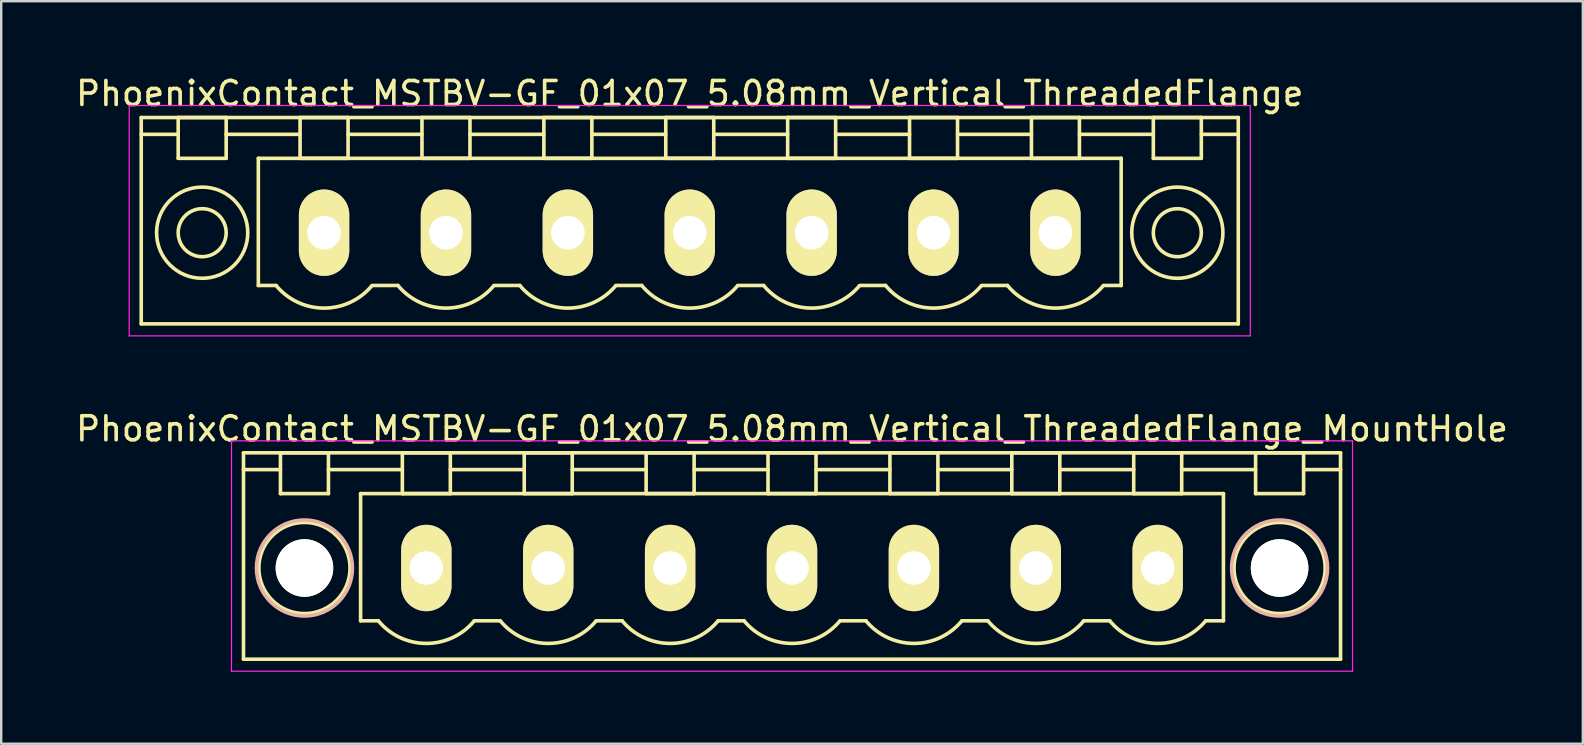
<source format=kicad_pcb>
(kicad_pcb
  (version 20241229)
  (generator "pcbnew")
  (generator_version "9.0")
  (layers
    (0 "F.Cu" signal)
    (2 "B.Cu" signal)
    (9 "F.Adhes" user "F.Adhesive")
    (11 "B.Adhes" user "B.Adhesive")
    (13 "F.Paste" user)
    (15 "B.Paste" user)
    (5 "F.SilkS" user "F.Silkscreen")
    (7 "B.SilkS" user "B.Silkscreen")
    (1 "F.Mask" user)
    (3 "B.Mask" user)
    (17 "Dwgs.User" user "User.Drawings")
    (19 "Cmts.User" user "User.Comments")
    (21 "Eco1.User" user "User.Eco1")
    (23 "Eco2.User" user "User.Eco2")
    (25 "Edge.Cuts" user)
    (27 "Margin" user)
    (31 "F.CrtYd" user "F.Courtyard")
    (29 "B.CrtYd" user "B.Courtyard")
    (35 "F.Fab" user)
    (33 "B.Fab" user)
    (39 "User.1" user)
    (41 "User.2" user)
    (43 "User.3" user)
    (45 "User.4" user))
  (footprint "PhoenixContact_MSTBV-GF_01x07_5.08mm_Vertical_ThreadedFlange"
    (layer "F.Cu")
    (at 10.456 6.648)
    (property "Reference" "PhoenixContact_MSTBV-GF_01x07_5.08mm_Vertical_ThreadedFlange" (at 15.24 -5.8 0) (layer "F.SilkS") (effects (font (size 1 1) (thickness 0.15))))
    (attr through_hole)
    (fp_line (start -7.62 -4.8) (end -7.62 3.8) (stroke (width 0.15) (type solid)) (layer "F.SilkS"))
    (fp_line (start -7.62 -4.1) (end -6.08 -4.1) (stroke (width 0.15) (type solid)) (layer "F.SilkS"))
    (fp_line (start -7.62 3.8) (end 38.1 3.8) (stroke (width 0.15) (type solid)) (layer "F.SilkS"))
    (fp_line (start -6.08 -4.8) (end -4.08 -4.8) (stroke (width 0.15) (type solid)) (layer "F.SilkS"))
    (fp_line (start -6.08 -3.1) (end -6.08 -4.8) (stroke (width 0.15) (type solid)) (layer "F.SilkS"))
    (fp_line (start -4.08 -4.8) (end -4.08 -3.1) (stroke (width 0.15) (type solid)) (layer "F.SilkS"))
    (fp_line (start -4.08 -4.1) (end -1 -4.1) (stroke (width 0.15) (type solid)) (layer "F.SilkS"))
    (fp_line (start -4.08 -3.1) (end -6.08 -3.1) (stroke (width 0.15) (type solid)) (layer "F.SilkS"))
    (fp_line (start -2.74 -3.1) (end 33.22 -3.1) (stroke (width 0.15) (type solid)) (layer "F.SilkS"))
    (fp_line (start -2.74 2.2) (end -2.74 -3.1) (stroke (width 0.15) (type solid)) (layer "F.SilkS"))
    (fp_line (start -2 2.2) (end -2.74 2.2) (stroke (width 0.15) (type solid)) (layer "F.SilkS"))
    (fp_line (start -1 -4.8) (end 1 -4.8) (stroke (width 0.15) (type solid)) (layer "F.SilkS"))
    (fp_line (start -1 -3.1) (end -1 -4.8) (stroke (width 0.15) (type solid)) (layer "F.SilkS"))
    (fp_line (start 1 -4.8) (end 1 -3.1) (stroke (width 0.15) (type solid)) (layer "F.SilkS"))
    (fp_line (start 1 -4.1) (end 4.08 -4.1) (stroke (width 0.15) (type solid)) (layer "F.SilkS"))
    (fp_line (start 1 -3.1) (end -1 -3.1) (stroke (width 0.15) (type solid)) (layer "F.SilkS"))
    (fp_line (start 2 2.2) (end 3.08 2.2) (stroke (width 0.15) (type solid)) (layer "F.SilkS"))
    (fp_line (start 4.08 -4.8) (end 6.08 -4.8) (stroke (width 0.15) (type solid)) (layer "F.SilkS"))
    (fp_line (start 4.08 -3.1) (end 4.08 -4.8) (stroke (width 0.15) (type solid)) (layer "F.SilkS"))
    (fp_line (start 6.08 -4.8) (end 6.08 -3.1) (stroke (width 0.15) (type solid)) (layer "F.SilkS"))
    (fp_line (start 6.08 -4.1) (end 9.16 -4.1) (stroke (width 0.15) (type solid)) (layer "F.SilkS"))
    (fp_line (start 6.08 -3.1) (end 4.08 -3.1) (stroke (width 0.15) (type solid)) (layer "F.SilkS"))
    (fp_line (start 7.08 2.2) (end 8.16 2.2) (stroke (width 0.15) (type solid)) (layer "F.SilkS"))
    (fp_line (start 9.16 -4.8) (end 11.16 -4.8) (stroke (width 0.15) (type solid)) (layer "F.SilkS"))
    (fp_line (start 9.16 -3.1) (end 9.16 -4.8) (stroke (width 0.15) (type solid)) (layer "F.SilkS"))
    (fp_line (start 11.16 -4.8) (end 11.16 -3.1) (stroke (width 0.15) (type solid)) (layer "F.SilkS"))
    (fp_line (start 11.16 -4.1) (end 14.24 -4.1) (stroke (width 0.15) (type solid)) (layer "F.SilkS"))
    (fp_line (start 11.16 -3.1) (end 9.16 -3.1) (stroke (width 0.15) (type solid)) (layer "F.SilkS"))
    (fp_line (start 12.16 2.2) (end 13.24 2.2) (stroke (width 0.15) (type solid)) (layer "F.SilkS"))
    (fp_line (start 14.24 -4.8) (end 16.24 -4.8) (stroke (width 0.15) (type solid)) (layer "F.SilkS"))
    (fp_line (start 14.24 -3.1) (end 14.24 -4.8) (stroke (width 0.15) (type solid)) (layer "F.SilkS"))
    (fp_line (start 16.24 -4.8) (end 16.24 -3.1) (stroke (width 0.15) (type solid)) (layer "F.SilkS"))
    (fp_line (start 16.24 -4.1) (end 19.32 -4.1) (stroke (width 0.15) (type solid)) (layer "F.SilkS"))
    (fp_line (start 16.24 -3.1) (end 14.24 -3.1) (stroke (width 0.15) (type solid)) (layer "F.SilkS"))
    (fp_line (start 17.24 2.2) (end 18.32 2.2) (stroke (width 0.15) (type solid)) (layer "F.SilkS"))
    (fp_line (start 19.32 -4.8) (end 21.32 -4.8) (stroke (width 0.15) (type solid)) (layer "F.SilkS"))
    (fp_line (start 19.32 -3.1) (end 19.32 -4.8) (stroke (width 0.15) (type solid)) (layer "F.SilkS"))
    (fp_line (start 21.32 -4.8) (end 21.32 -3.1) (stroke (width 0.15) (type solid)) (layer "F.SilkS"))
    (fp_line (start 21.32 -4.1) (end 24.4 -4.1) (stroke (width 0.15) (type solid)) (layer "F.SilkS"))
    (fp_line (start 21.32 -3.1) (end 19.32 -3.1) (stroke (width 0.15) (type solid)) (layer "F.SilkS"))
    (fp_line (start 22.32 2.2) (end 23.4 2.2) (stroke (width 0.15) (type solid)) (layer "F.SilkS"))
    (fp_line (start 24.4 -4.8) (end 26.4 -4.8) (stroke (width 0.15) (type solid)) (layer "F.SilkS"))
    (fp_line (start 24.4 -3.1) (end 24.4 -4.8) (stroke (width 0.15) (type solid)) (layer "F.SilkS"))
    (fp_line (start 26.4 -4.8) (end 26.4 -3.1) (stroke (width 0.15) (type solid)) (layer "F.SilkS"))
    (fp_line (start 26.4 -4.1) (end 29.48 -4.1) (stroke (width 0.15) (type solid)) (layer "F.SilkS"))
    (fp_line (start 26.4 -3.1) (end 24.4 -3.1) (stroke (width 0.15) (type solid)) (layer "F.SilkS"))
    (fp_line (start 27.4 2.2) (end 28.48 2.2) (stroke (width 0.15) (type solid)) (layer "F.SilkS"))
    (fp_line (start 29.48 -4.8) (end 31.48 -4.8) (stroke (width 0.15) (type solid)) (layer "F.SilkS"))
    (fp_line (start 29.48 -3.1) (end 29.48 -4.8) (stroke (width 0.15) (type solid)) (layer "F.SilkS"))
    (fp_line (start 31.48 -4.8) (end 31.48 -3.1) (stroke (width 0.15) (type solid)) (layer "F.SilkS"))
    (fp_line (start 31.48 -4.1) (end 34.56 -4.1) (stroke (width 0.15) (type solid)) (layer "F.SilkS"))
    (fp_line (start 31.48 -3.1) (end 29.48 -3.1) (stroke (width 0.15) (type solid)) (layer "F.SilkS"))
    (fp_line (start 33.22 -3.1) (end 33.22 2.2) (stroke (width 0.15) (type solid)) (layer "F.SilkS"))
    (fp_line (start 33.22 2.2) (end 32.48 2.2) (stroke (width 0.15) (type solid)) (layer "F.SilkS"))
    (fp_line (start 34.56 -4.8) (end 36.56 -4.8) (stroke (width 0.15) (type solid)) (layer "F.SilkS"))
    (fp_line (start 34.56 -3.1) (end 34.56 -4.8) (stroke (width 0.15) (type solid)) (layer "F.SilkS"))
    (fp_line (start 36.56 -4.8) (end 36.56 -3.1) (stroke (width 0.15) (type solid)) (layer "F.SilkS"))
    (fp_line (start 36.56 -3.1) (end 34.56 -3.1) (stroke (width 0.15) (type solid)) (layer "F.SilkS"))
    (fp_line (start 38.1 -4.8) (end -7.62 -4.8) (stroke (width 0.15) (type solid)) (layer "F.SilkS"))
    (fp_line (start 38.1 -4.1) (end 36.56 -4.1) (stroke (width 0.15) (type solid)) (layer "F.SilkS"))
    (fp_line (start 38.1 3.8) (end 38.1 -4.8) (stroke (width 0.15) (type solid)) (layer "F.SilkS"))
    (fp_arc (start 1.986842 2.215821) (mid -0.010289 3.142758) (end -2 2.2) (stroke (width 0.15) (type solid)) (layer "F.SilkS"))
    (fp_arc (start 7.066842 2.215821) (mid 5.069711 3.142758) (end 3.08 2.2) (stroke (width 0.15) (type solid)) (layer "F.SilkS"))
    (fp_arc (start 12.146842 2.215821) (mid 10.149711 3.142758) (end 8.16 2.2) (stroke (width 0.15) (type solid)) (layer "F.SilkS"))
    (fp_arc (start 17.226842 2.215821) (mid 15.229711 3.142758) (end 13.24 2.2) (stroke (width 0.15) (type solid)) (layer "F.SilkS"))
    (fp_arc (start 22.306842 2.215821) (mid 20.309711 3.142758) (end 18.32 2.2) (stroke (width 0.15) (type solid)) (layer "F.SilkS"))
    (fp_arc (start 27.386842 2.215821) (mid 25.389711 3.142758) (end 23.4 2.2) (stroke (width 0.15) (type solid)) (layer "F.SilkS"))
    (fp_arc (start 32.466842 2.215821) (mid 30.469711 3.142758) (end 28.48 2.2) (stroke (width 0.15) (type solid)) (layer "F.SilkS"))
    (fp_circle (center -5.08 0) (end -4.08 0) (stroke (width 0.15) (type solid)) (fill no) (layer "F.SilkS"))
    (fp_circle (center -5.08 0) (end -3.18 0) (stroke (width 0.15) (type solid)) (fill no) (layer "F.SilkS"))
    (fp_circle (center 35.56 0) (end 36.56 0) (stroke (width 0.15) (type solid)) (fill no) (layer "F.SilkS"))
    (fp_circle (center 35.56 0) (end 37.46 0) (stroke (width 0.15) (type solid)) (fill no) (layer "F.SilkS"))
    (fp_line (start -8.12 -5.3) (end -8.12 4.3) (stroke (width 0.05) (type solid)) (layer "F.CrtYd"))
    (fp_line (start -8.12 4.3) (end 38.6 4.3) (stroke (width 0.05) (type solid)) (layer "F.CrtYd"))
    (fp_line (start 38.6 -5.3) (end -8.12 -5.3) (stroke (width 0.05) (type solid)) (layer "F.CrtYd"))
    (fp_line (start 38.6 4.3) (end 38.6 -5.3) (stroke (width 0.05) (type solid)) (layer "F.CrtYd"))
    (pad "1" thru_hole oval (at 0 0) (size 2.1 3.6) (drill 1.4) (layers "*.Cu" "*.Mask" "F.SilkS"))
    (pad "2" thru_hole oval (at 5.08 0) (size 2.1 3.6) (drill 1.4) (layers "*.Cu" "*.Mask" "F.SilkS"))
    (pad "3" thru_hole oval (at 10.16 0) (size 2.1 3.6) (drill 1.4) (layers "*.Cu" "*.Mask" "F.SilkS"))
    (pad "4" thru_hole oval (at 15.24 0) (size 2.1 3.6) (drill 1.4) (layers "*.Cu" "*.Mask" "F.SilkS"))
    (pad "5" thru_hole oval (at 20.32 0) (size 2.1 3.6) (drill 1.4) (layers "*.Cu" "*.Mask" "F.SilkS"))
    (pad "6" thru_hole oval (at 25.4 0) (size 2.1 3.6) (drill 1.4) (layers "*.Cu" "*.Mask" "F.SilkS"))
    (pad "7" thru_hole oval (at 30.48 0) (size 2.1 3.6) (drill 1.4) (layers "*.Cu" "*.Mask" "F.SilkS")))
  (footprint "PhoenixContact_MSTBV-GF_01x07_5.08mm_Vertical_ThreadedFlange_MountHole"
    (layer "F.Cu")
    (at 14.718 20.622)
    (property "Reference" "PhoenixContact_MSTBV-GF_01x07_5.08mm_Vertical_ThreadedFlange_MountHole" (at 15.24 -5.8 0) (layer "F.SilkS") (effects (font (size 1 1) (thickness 0.15))))
    (attr through_hole)
    (fp_line (start -7.62 -4.8) (end -7.62 3.8) (stroke (width 0.15) (type solid)) (layer "F.SilkS"))
    (fp_line (start -7.62 -4.1) (end -6.08 -4.1) (stroke (width 0.15) (type solid)) (layer "F.SilkS"))
    (fp_line (start -7.62 3.8) (end 38.1 3.8) (stroke (width 0.15) (type solid)) (layer "F.SilkS"))
    (fp_line (start -6.08 -4.8) (end -4.08 -4.8) (stroke (width 0.15) (type solid)) (layer "F.SilkS"))
    (fp_line (start -6.08 -3.1) (end -6.08 -4.8) (stroke (width 0.15) (type solid)) (layer "F.SilkS"))
    (fp_line (start -4.08 -4.8) (end -4.08 -3.1) (stroke (width 0.15) (type solid)) (layer "F.SilkS"))
    (fp_line (start -4.08 -4.1) (end -1 -4.1) (stroke (width 0.15) (type solid)) (layer "F.SilkS"))
    (fp_line (start -4.08 -3.1) (end -6.08 -3.1) (stroke (width 0.15) (type solid)) (layer "F.SilkS"))
    (fp_line (start -2.74 -3.1) (end 33.22 -3.1) (stroke (width 0.15) (type solid)) (layer "F.SilkS"))
    (fp_line (start -2.74 2.2) (end -2.74 -3.1) (stroke (width 0.15) (type solid)) (layer "F.SilkS"))
    (fp_line (start -2 2.2) (end -2.74 2.2) (stroke (width 0.15) (type solid)) (layer "F.SilkS"))
    (fp_line (start -1 -4.8) (end 1 -4.8) (stroke (width 0.15) (type solid)) (layer "F.SilkS"))
    (fp_line (start -1 -3.1) (end -1 -4.8) (stroke (width 0.15) (type solid)) (layer "F.SilkS"))
    (fp_line (start 1 -4.8) (end 1 -3.1) (stroke (width 0.15) (type solid)) (layer "F.SilkS"))
    (fp_line (start 1 -4.1) (end 4.08 -4.1) (stroke (width 0.15) (type solid)) (layer "F.SilkS"))
    (fp_line (start 1 -3.1) (end -1 -3.1) (stroke (width 0.15) (type solid)) (layer "F.SilkS"))
    (fp_line (start 2 2.2) (end 3.08 2.2) (stroke (width 0.15) (type solid)) (layer "F.SilkS"))
    (fp_line (start 4.08 -4.8) (end 6.08 -4.8) (stroke (width 0.15) (type solid)) (layer "F.SilkS"))
    (fp_line (start 4.08 -3.1) (end 4.08 -4.8) (stroke (width 0.15) (type solid)) (layer "F.SilkS"))
    (fp_line (start 6.08 -4.8) (end 6.08 -3.1) (stroke (width 0.15) (type solid)) (layer "F.SilkS"))
    (fp_line (start 6.08 -4.1) (end 9.16 -4.1) (stroke (width 0.15) (type solid)) (layer "F.SilkS"))
    (fp_line (start 6.08 -3.1) (end 4.08 -3.1) (stroke (width 0.15) (type solid)) (layer "F.SilkS"))
    (fp_line (start 7.08 2.2) (end 8.16 2.2) (stroke (width 0.15) (type solid)) (layer "F.SilkS"))
    (fp_line (start 9.16 -4.8) (end 11.16 -4.8) (stroke (width 0.15) (type solid)) (layer "F.SilkS"))
    (fp_line (start 9.16 -3.1) (end 9.16 -4.8) (stroke (width 0.15) (type solid)) (layer "F.SilkS"))
    (fp_line (start 11.16 -4.8) (end 11.16 -3.1) (stroke (width 0.15) (type solid)) (layer "F.SilkS"))
    (fp_line (start 11.16 -4.1) (end 14.24 -4.1) (stroke (width 0.15) (type solid)) (layer "F.SilkS"))
    (fp_line (start 11.16 -3.1) (end 9.16 -3.1) (stroke (width 0.15) (type solid)) (layer "F.SilkS"))
    (fp_line (start 12.16 2.2) (end 13.24 2.2) (stroke (width 0.15) (type solid)) (layer "F.SilkS"))
    (fp_line (start 14.24 -4.8) (end 16.24 -4.8) (stroke (width 0.15) (type solid)) (layer "F.SilkS"))
    (fp_line (start 14.24 -3.1) (end 14.24 -4.8) (stroke (width 0.15) (type solid)) (layer "F.SilkS"))
    (fp_line (start 16.24 -4.8) (end 16.24 -3.1) (stroke (width 0.15) (type solid)) (layer "F.SilkS"))
    (fp_line (start 16.24 -4.1) (end 19.32 -4.1) (stroke (width 0.15) (type solid)) (layer "F.SilkS"))
    (fp_line (start 16.24 -3.1) (end 14.24 -3.1) (stroke (width 0.15) (type solid)) (layer "F.SilkS"))
    (fp_line (start 17.24 2.2) (end 18.32 2.2) (stroke (width 0.15) (type solid)) (layer "F.SilkS"))
    (fp_line (start 19.32 -4.8) (end 21.32 -4.8) (stroke (width 0.15) (type solid)) (layer "F.SilkS"))
    (fp_line (start 19.32 -3.1) (end 19.32 -4.8) (stroke (width 0.15) (type solid)) (layer "F.SilkS"))
    (fp_line (start 21.32 -4.8) (end 21.32 -3.1) (stroke (width 0.15) (type solid)) (layer "F.SilkS"))
    (fp_line (start 21.32 -4.1) (end 24.4 -4.1) (stroke (width 0.15) (type solid)) (layer "F.SilkS"))
    (fp_line (start 21.32 -3.1) (end 19.32 -3.1) (stroke (width 0.15) (type solid)) (layer "F.SilkS"))
    (fp_line (start 22.32 2.2) (end 23.4 2.2) (stroke (width 0.15) (type solid)) (layer "F.SilkS"))
    (fp_line (start 24.4 -4.8) (end 26.4 -4.8) (stroke (width 0.15) (type solid)) (layer "F.SilkS"))
    (fp_line (start 24.4 -3.1) (end 24.4 -4.8) (stroke (width 0.15) (type solid)) (layer "F.SilkS"))
    (fp_line (start 26.4 -4.8) (end 26.4 -3.1) (stroke (width 0.15) (type solid)) (layer "F.SilkS"))
    (fp_line (start 26.4 -4.1) (end 29.48 -4.1) (stroke (width 0.15) (type solid)) (layer "F.SilkS"))
    (fp_line (start 26.4 -3.1) (end 24.4 -3.1) (stroke (width 0.15) (type solid)) (layer "F.SilkS"))
    (fp_line (start 27.4 2.2) (end 28.48 2.2) (stroke (width 0.15) (type solid)) (layer "F.SilkS"))
    (fp_line (start 29.48 -4.8) (end 31.48 -4.8) (stroke (width 0.15) (type solid)) (layer "F.SilkS"))
    (fp_line (start 29.48 -3.1) (end 29.48 -4.8) (stroke (width 0.15) (type solid)) (layer "F.SilkS"))
    (fp_line (start 31.48 -4.8) (end 31.48 -3.1) (stroke (width 0.15) (type solid)) (layer "F.SilkS"))
    (fp_line (start 31.48 -4.1) (end 34.56 -4.1) (stroke (width 0.15) (type solid)) (layer "F.SilkS"))
    (fp_line (start 31.48 -3.1) (end 29.48 -3.1) (stroke (width 0.15) (type solid)) (layer "F.SilkS"))
    (fp_line (start 33.22 -3.1) (end 33.22 2.2) (stroke (width 0.15) (type solid)) (layer "F.SilkS"))
    (fp_line (start 33.22 2.2) (end 32.48 2.2) (stroke (width 0.15) (type solid)) (layer "F.SilkS"))
    (fp_line (start 34.56 -4.8) (end 36.56 -4.8) (stroke (width 0.15) (type solid)) (layer "F.SilkS"))
    (fp_line (start 34.56 -3.1) (end 34.56 -4.8) (stroke (width 0.15) (type solid)) (layer "F.SilkS"))
    (fp_line (start 36.56 -4.8) (end 36.56 -3.1) (stroke (width 0.15) (type solid)) (layer "F.SilkS"))
    (fp_line (start 36.56 -3.1) (end 34.56 -3.1) (stroke (width 0.15) (type solid)) (layer "F.SilkS"))
    (fp_line (start 38.1 -4.8) (end -7.62 -4.8) (stroke (width 0.15) (type solid)) (layer "F.SilkS"))
    (fp_line (start 38.1 -4.1) (end 36.56 -4.1) (stroke (width 0.15) (type solid)) (layer "F.SilkS"))
    (fp_line (start 38.1 3.8) (end 38.1 -4.8) (stroke (width 0.15) (type solid)) (layer "F.SilkS"))
    (fp_arc (start 1.986842 2.215821) (mid -0.010289 3.142758) (end -2 2.2) (stroke (width 0.15) (type solid)) (layer "F.SilkS"))
    (fp_arc (start 7.066842 2.215821) (mid 5.069711 3.142758) (end 3.08 2.2) (stroke (width 0.15) (type solid)) (layer "F.SilkS"))
    (fp_arc (start 12.146842 2.215821) (mid 10.149711 3.142758) (end 8.16 2.2) (stroke (width 0.15) (type solid)) (layer "F.SilkS"))
    (fp_arc (start 17.226842 2.215821) (mid 15.229711 3.142758) (end 13.24 2.2) (stroke (width 0.15) (type solid)) (layer "F.SilkS"))
    (fp_arc (start 22.306842 2.215821) (mid 20.309711 3.142758) (end 18.32 2.2) (stroke (width 0.15) (type solid)) (layer "F.SilkS"))
    (fp_arc (start 27.386842 2.215821) (mid 25.389711 3.142758) (end 23.4 2.2) (stroke (width 0.15) (type solid)) (layer "F.SilkS"))
    (fp_arc (start 32.466842 2.215821) (mid 30.469711 3.142758) (end 28.48 2.2) (stroke (width 0.15) (type solid)) (layer "F.SilkS"))
    (fp_circle (center -5.08 0) (end -4.08 0) (stroke (width 0.15) (type solid)) (fill no) (layer "F.SilkS"))
    (fp_circle (center -5.08 0) (end -3.18 0) (stroke (width 0.15) (type solid)) (fill no) (layer "F.SilkS"))
    (fp_circle (center 35.56 0) (end 36.56 0) (stroke (width 0.15) (type solid)) (fill no) (layer "F.SilkS"))
    (fp_circle (center 35.56 0) (end 37.46 0) (stroke (width 0.15) (type solid)) (fill no) (layer "F.SilkS"))
    (fp_circle (center -5.08 0) (end -3.08 0) (stroke (width 0.15) (type solid)) (fill no) (layer "B.SilkS"))
    (fp_circle (center 35.56 0) (end 37.56 0) (stroke (width 0.15) (type solid)) (fill no) (layer "B.SilkS"))
    (fp_line (start -8.12 -5.3) (end -8.12 4.3) (stroke (width 0.05) (type solid)) (layer "F.CrtYd"))
    (fp_line (start -8.12 4.3) (end 38.6 4.3) (stroke (width 0.05) (type solid)) (layer "F.CrtYd"))
    (fp_line (start 38.6 -5.3) (end -8.12 -5.3) (stroke (width 0.05) (type solid)) (layer "F.CrtYd"))
    (fp_line (start 38.6 4.3) (end 38.6 -5.3) (stroke (width 0.05) (type solid)) (layer "F.CrtYd"))
    (pad "" np_thru_hole circle (at -5.08 0) (size 2.4 2.4) (drill 2.4) (layers "*.Cu" "*.Mask" "F.SilkS"))
    (pad "" np_thru_hole circle (at 35.56 0) (size 2.4 2.4) (drill 2.4) (layers "*.Cu" "*.Mask" "F.SilkS"))
    (pad "1" thru_hole oval (at 0 0) (size 2.1 3.6) (drill 1.4) (layers "*.Cu" "*.Mask" "F.SilkS"))
    (pad "2" thru_hole oval (at 5.08 0) (size 2.1 3.6) (drill 1.4) (layers "*.Cu" "*.Mask" "F.SilkS"))
    (pad "3" thru_hole oval (at 10.16 0) (size 2.1 3.6) (drill 1.4) (layers "*.Cu" "*.Mask" "F.SilkS"))
    (pad "4" thru_hole oval (at 15.24 0) (size 2.1 3.6) (drill 1.4) (layers "*.Cu" "*.Mask" "F.SilkS"))
    (pad "5" thru_hole oval (at 20.32 0) (size 2.1 3.6) (drill 1.4) (layers "*.Cu" "*.Mask" "F.SilkS"))
    (pad "6" thru_hole oval (at 25.4 0) (size 2.1 3.6) (drill 1.4) (layers "*.Cu" "*.Mask" "F.SilkS"))
    (pad "7" thru_hole oval (at 30.48 0) (size 2.1 3.6) (drill 1.4) (layers "*.Cu" "*.Mask" "F.SilkS")))
  (gr_rect
    (start -3 -3)
    (end 62.917 27.947)
    (stroke (width 0.1) (type default))
    (fill no)
    (layer "Edge.Cuts")))
</source>
